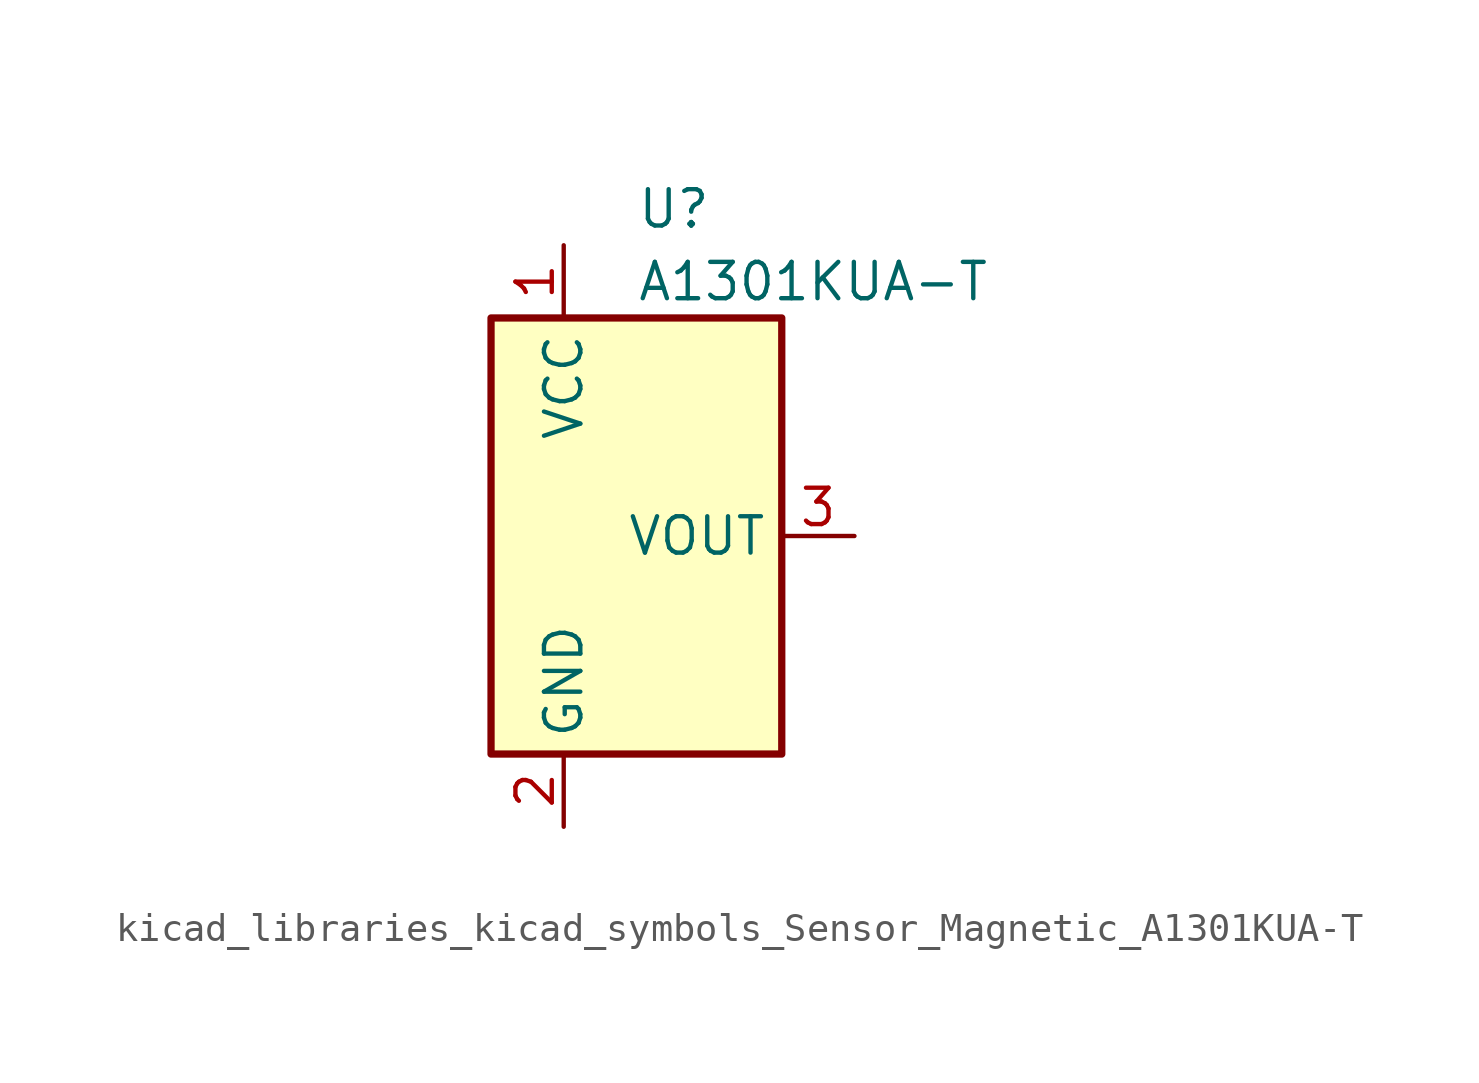
<source format=kicad_sym>
(kicad_symbol_lib
  (version 20220914)
  (generator kicad_symbol_editor)
  (symbol "kicad_libraries_kicad_symbols_Sensor_Magnetic_A1301KUA-T"
    (property "Reference" "U"
      (at 0 11.43 0)
      (effects (font (size 1.27 1.27)) (justify left)))
    (property "Value" "A1301KUA-T"
      (at 0 8.89 0)
      (effects (font (size 1.27 1.27)) (justify left)))
    (symbol "kicad_libraries_kicad_symbols_Sensor_Magnetic_A1301KUA-T_0_1"
      (rectangle (start -5.08 7.62) (end 5.08 -7.62) (stroke (width 0.254) (type default)) (fill (type background))))
    (symbol "kicad_libraries_kicad_symbols_Sensor_Magnetic_A1301KUA-T_1_1"
      (pin power_in line (at -2.54 10.16 270) (length 2.54) (name "VCC" (effects (font (size 1.27 1.27)))) (number "1" (effects (font (size 1.27 1.27)))))
      (pin power_in line (at -2.54 -10.16 90) (length 2.54) (name "GND" (effects (font (size 1.27 1.27)))) (number "2" (effects (font (size 1.27 1.27)))))
      (pin output line (at 7.62 0 180) (length 2.54) (name "VOUT" (effects (font (size 1.27 1.27)))) (number "3" (effects (font (size 1.27 1.27))))))))
</source>
